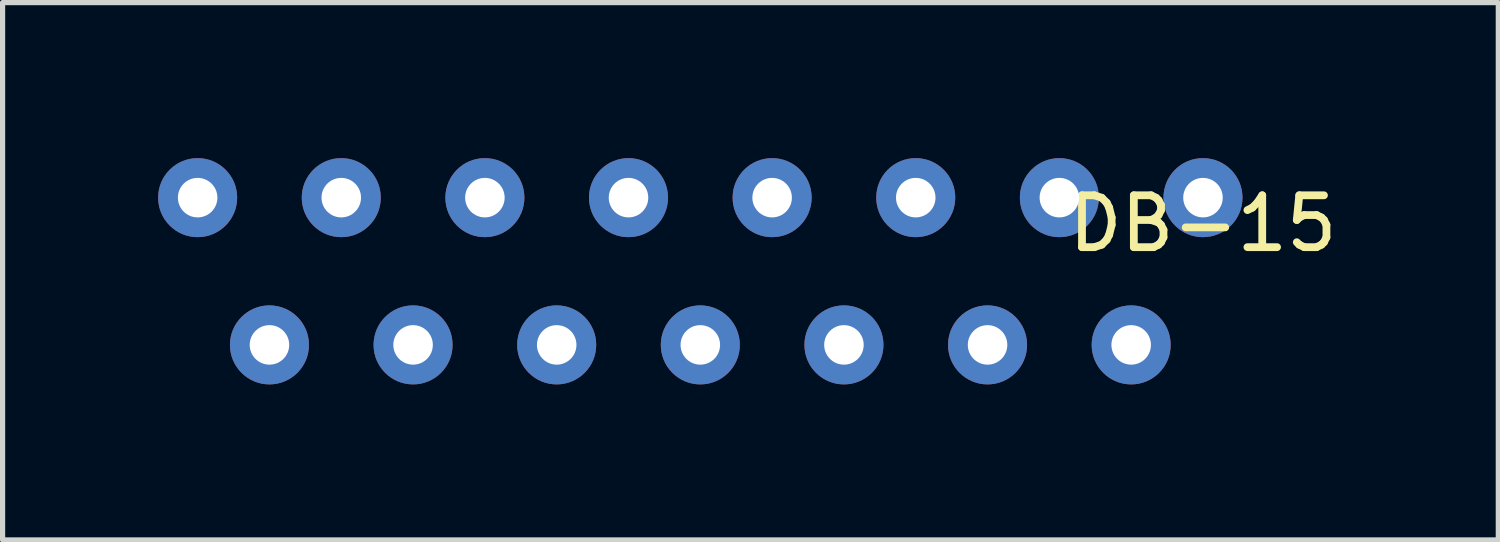
<source format=kicad_pcb>
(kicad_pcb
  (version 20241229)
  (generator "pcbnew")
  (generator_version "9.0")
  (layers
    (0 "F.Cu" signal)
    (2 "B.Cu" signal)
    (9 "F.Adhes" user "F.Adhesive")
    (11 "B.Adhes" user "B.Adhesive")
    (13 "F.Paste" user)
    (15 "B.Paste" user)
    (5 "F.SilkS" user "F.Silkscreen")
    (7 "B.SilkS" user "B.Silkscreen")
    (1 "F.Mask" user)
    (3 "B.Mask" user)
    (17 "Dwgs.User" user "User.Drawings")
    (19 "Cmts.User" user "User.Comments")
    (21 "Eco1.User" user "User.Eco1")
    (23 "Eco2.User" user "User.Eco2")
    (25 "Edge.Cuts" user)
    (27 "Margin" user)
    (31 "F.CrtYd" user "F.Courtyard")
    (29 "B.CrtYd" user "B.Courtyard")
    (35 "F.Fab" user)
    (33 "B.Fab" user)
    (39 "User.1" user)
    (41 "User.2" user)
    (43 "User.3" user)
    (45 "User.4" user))
  (footprint "DB-15"
    (layer "F.Cu")
    (at 20.152 0.762)
    (property "Reference" "DB-15" (at 0 0.5 0) (layer "F.SilkS") (effects (font (size 1 1) (thickness 0.15))))
    (attr through_hole)
    (pad "1" thru_hole circle (at 0 0) (size 1.524 1.524) (drill 0.762) (layers "*.Cu" "*.Mask"))
    (pad "2" thru_hole circle (at -2.77 0) (size 1.524 1.524) (drill 0.762) (layers "*.Cu" "*.Mask"))
    (pad "3" thru_hole circle (at -5.54 0) (size 1.524 1.524) (drill 0.762) (layers "*.Cu" "*.Mask"))
    (pad "4" thru_hole circle (at -8.31 0) (size 1.524 1.524) (drill 0.762) (layers "*.Cu" "*.Mask"))
    (pad "5" thru_hole circle (at -11.08 0) (size 1.524 1.524) (drill 0.762) (layers "*.Cu" "*.Mask"))
    (pad "6" thru_hole circle (at -13.85 0) (size 1.524 1.524) (drill 0.762) (layers "*.Cu" "*.Mask"))
    (pad "7" thru_hole circle (at -16.62 0) (size 1.524 1.524) (drill 0.762) (layers "*.Cu" "*.Mask"))
    (pad "8" thru_hole circle (at -19.39 0) (size 1.524 1.524) (drill 0.762) (layers "*.Cu" "*.Mask"))
    (pad "9" thru_hole circle (at -1.385 2.84) (size 1.524 1.524) (drill 0.762) (layers "*.Cu" "*.Mask"))
    (pad "10" thru_hole circle (at -4.155 2.84) (size 1.524 1.524) (drill 0.762) (layers "*.Cu" "*.Mask"))
    (pad "11" thru_hole circle (at -6.925 2.84) (size 1.524 1.524) (drill 0.762) (layers "*.Cu" "*.Mask"))
    (pad "12" thru_hole circle (at -9.695 2.84) (size 1.524 1.524) (drill 0.762) (layers "*.Cu" "*.Mask"))
    (pad "13" thru_hole circle (at -12.465 2.84) (size 1.524 1.524) (drill 0.762) (layers "*.Cu" "*.Mask"))
    (pad "14" thru_hole circle (at -15.235 2.84) (size 1.524 1.524) (drill 0.762) (layers "*.Cu" "*.Mask"))
    (pad "15" thru_hole circle (at -18.005 2.84) (size 1.524 1.524) (drill 0.762) (layers "*.Cu" "*.Mask")))
  (gr_rect
    (start -3 -3)
    (end 25.848 7.364)
    (stroke (width 0.1) (type default))
    (fill no)
    (layer "Edge.Cuts")))
</source>
